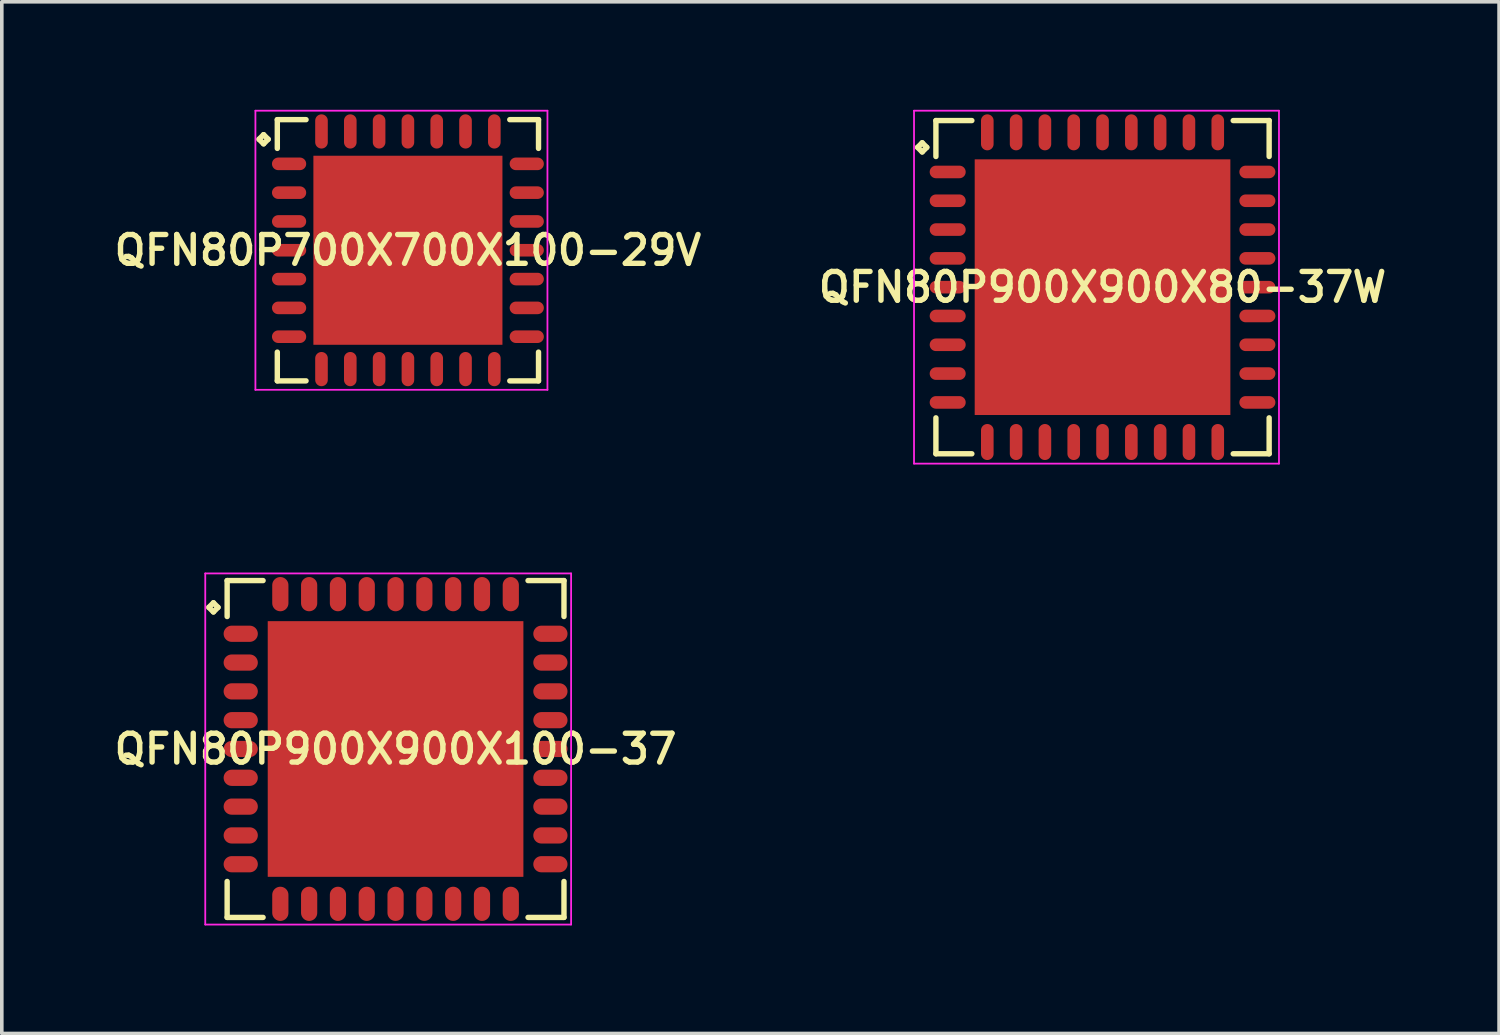
<source format=kicad_pcb>
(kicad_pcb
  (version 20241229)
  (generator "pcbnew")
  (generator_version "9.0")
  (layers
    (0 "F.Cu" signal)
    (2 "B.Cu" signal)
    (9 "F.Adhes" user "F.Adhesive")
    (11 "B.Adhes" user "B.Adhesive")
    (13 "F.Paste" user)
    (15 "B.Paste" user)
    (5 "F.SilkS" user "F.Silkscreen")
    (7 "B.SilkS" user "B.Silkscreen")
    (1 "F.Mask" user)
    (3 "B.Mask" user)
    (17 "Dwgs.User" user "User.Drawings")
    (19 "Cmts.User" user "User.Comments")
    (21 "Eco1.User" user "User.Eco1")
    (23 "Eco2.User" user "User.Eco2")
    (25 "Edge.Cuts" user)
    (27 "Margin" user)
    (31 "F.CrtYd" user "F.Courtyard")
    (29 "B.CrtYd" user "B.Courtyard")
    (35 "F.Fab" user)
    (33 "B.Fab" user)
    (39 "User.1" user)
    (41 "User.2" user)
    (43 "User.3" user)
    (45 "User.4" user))
  (footprint "QFN80P700X700X100-29V"
    (layer "F.Cu")
    (at 8.278 3.9)
    (property "Reference" "QFN80P700X700X100-29V" (at 0 0 0) (layer "F.SilkS") (effects (font (size 0.8 0.8) (thickness 0.15))))
    (attr smd)
    (fp_line (start -4.135 -3.083) (end -4.008 -3.21) (stroke (width 0.15) (type solid)) (layer "F.SilkS"))
    (fp_line (start -4.008 -3.21) (end -3.881 -3.083) (stroke (width 0.15) (type solid)) (layer "F.SilkS"))
    (fp_line (start -4.008 -2.956) (end -4.135 -3.083) (stroke (width 0.15) (type solid)) (layer "F.SilkS"))
    (fp_line (start -3.881 -3.083) (end -4.008 -2.956) (stroke (width 0.15) (type solid)) (layer "F.SilkS"))
    (fp_line (start -3.627 -3.627) (end -2.829 -3.627) (stroke (width 0.15) (type solid)) (layer "F.SilkS"))
    (fp_line (start -3.627 -2.829) (end -3.627 -3.627) (stroke (width 0.15) (type solid)) (layer "F.SilkS"))
    (fp_line (start -3.627 2.829) (end -3.627 3.627) (stroke (width 0.15) (type solid)) (layer "F.SilkS"))
    (fp_line (start -3.627 3.627) (end -2.829 3.627) (stroke (width 0.15) (type solid)) (layer "F.SilkS"))
    (fp_line (start 2.829 -3.627) (end 3.627 -3.627) (stroke (width 0.15) (type solid)) (layer "F.SilkS"))
    (fp_line (start 2.829 3.627) (end 3.627 3.627) (stroke (width 0.15) (type solid)) (layer "F.SilkS"))
    (fp_line (start 3.627 -3.627) (end 3.627 -2.829) (stroke (width 0.15) (type solid)) (layer "F.SilkS"))
    (fp_line (start 3.627 3.627) (end 3.627 2.829) (stroke (width 0.15) (type solid)) (layer "F.SilkS"))
    (fp_line (start -4.235 -3.875) (end 3.875 -3.875) (stroke (width 0.05) (type solid)) (layer "F.CrtYd"))
    (fp_line (start -4.235 3.875) (end -4.235 -3.875) (stroke (width 0.05) (type solid)) (layer "F.CrtYd"))
    (fp_line (start 3.875 -3.875) (end 3.875 3.875) (stroke (width 0.05) (type solid)) (layer "F.CrtYd"))
    (fp_line (start 3.875 3.875) (end -4.235 3.875) (stroke (width 0.05) (type solid)) (layer "F.CrtYd"))
    (pad "1" smd oval (at -3.3 -2.4) (size 0.95 0.35) (layers "F.Cu" "F.Mask" "F.Paste"))
    (pad "2" smd oval (at -3.3 -1.6) (size 0.95 0.35) (layers "F.Cu" "F.Mask" "F.Paste"))
    (pad "3" smd oval (at -3.3 -0.8) (size 0.95 0.35) (layers "F.Cu" "F.Mask" "F.Paste"))
    (pad "4" smd oval (at -3.3 0) (size 0.95 0.35) (layers "F.Cu" "F.Mask" "F.Paste"))
    (pad "5" smd oval (at -3.3 0.8) (size 0.95 0.35) (layers "F.Cu" "F.Mask" "F.Paste"))
    (pad "6" smd oval (at -3.3 1.6) (size 0.95 0.35) (layers "F.Cu" "F.Mask" "F.Paste"))
    (pad "7" smd oval (at -3.3 2.4) (size 0.95 0.35) (layers "F.Cu" "F.Mask" "F.Paste"))
    (pad "8" smd oval (at -2.4 3.3) (size 0.35 0.95) (layers "F.Cu" "F.Mask" "F.Paste"))
    (pad "9" smd oval (at -1.6 3.3) (size 0.35 0.95) (layers "F.Cu" "F.Mask" "F.Paste"))
    (pad "10" smd oval (at -0.8 3.3) (size 0.35 0.95) (layers "F.Cu" "F.Mask" "F.Paste"))
    (pad "11" smd oval (at 0 3.3) (size 0.35 0.95) (layers "F.Cu" "F.Mask" "F.Paste"))
    (pad "12" smd oval (at 0.8 3.3) (size 0.35 0.95) (layers "F.Cu" "F.Mask" "F.Paste"))
    (pad "13" smd oval (at 1.6 3.3) (size 0.35 0.95) (layers "F.Cu" "F.Mask" "F.Paste"))
    (pad "14" smd oval (at 2.4 3.3) (size 0.35 0.95) (layers "F.Cu" "F.Mask" "F.Paste"))
    (pad "15" smd oval (at 3.3 2.4) (size 0.95 0.35) (layers "F.Cu" "F.Mask" "F.Paste"))
    (pad "16" smd oval (at 3.3 1.6) (size 0.95 0.35) (layers "F.Cu" "F.Mask" "F.Paste"))
    (pad "17" smd oval (at 3.3 0.8) (size 0.95 0.35) (layers "F.Cu" "F.Mask" "F.Paste"))
    (pad "18" smd oval (at 3.3 0) (size 0.95 0.35) (layers "F.Cu" "F.Mask" "F.Paste"))
    (pad "19" smd oval (at 3.3 -0.8) (size 0.95 0.35) (layers "F.Cu" "F.Mask" "F.Paste"))
    (pad "20" smd oval (at 3.3 -1.6) (size 0.95 0.35) (layers "F.Cu" "F.Mask" "F.Paste"))
    (pad "21" smd oval (at 3.3 -2.4) (size 0.95 0.35) (layers "F.Cu" "F.Mask" "F.Paste"))
    (pad "22" smd oval (at 2.4 -3.3) (size 0.35 0.95) (layers "F.Cu" "F.Mask" "F.Paste"))
    (pad "23" smd oval (at 1.6 -3.3) (size 0.35 0.95) (layers "F.Cu" "F.Mask" "F.Paste"))
    (pad "24" smd oval (at 0.8 -3.3) (size 0.35 0.95) (layers "F.Cu" "F.Mask" "F.Paste"))
    (pad "25" smd oval (at 0 -3.3) (size 0.35 0.95) (layers "F.Cu" "F.Mask" "F.Paste"))
    (pad "26" smd oval (at -0.8 -3.3) (size 0.35 0.95) (layers "F.Cu" "F.Mask" "F.Paste"))
    (pad "27" smd oval (at -1.6 -3.3) (size 0.35 0.95) (layers "F.Cu" "F.Mask" "F.Paste"))
    (pad "28" smd oval (at -2.4 -3.3) (size 0.35 0.95) (layers "F.Cu" "F.Mask" "F.Paste"))
    (pad "29" smd rect (at 0 0) (size 5.25 5.25) (layers "F.Cu" "F.Mask" "F.Paste")))
  (footprint "QFN80P900X900X80-37W"
    (layer "F.Cu")
    (at 27.568 4.925)
    (property "Reference" "QFN80P900X900X80-37W" (at 0 0 0) (layer "F.SilkS") (effects (font (size 0.8 0.8) (thickness 0.15))))
    (attr smd)
    (fp_line (start -5.135 -3.883) (end -5.008 -4.01) (stroke (width 0.15) (type solid)) (layer "F.SilkS"))
    (fp_line (start -5.008 -4.01) (end -4.881 -3.883) (stroke (width 0.15) (type solid)) (layer "F.SilkS"))
    (fp_line (start -5.008 -3.756) (end -5.135 -3.883) (stroke (width 0.15) (type solid)) (layer "F.SilkS"))
    (fp_line (start -4.881 -3.883) (end -5.008 -3.756) (stroke (width 0.15) (type solid)) (layer "F.SilkS"))
    (fp_line (start -4.627 -4.627) (end -3.629 -4.627) (stroke (width 0.15) (type solid)) (layer "F.SilkS"))
    (fp_line (start -4.627 -3.629) (end -4.627 -4.627) (stroke (width 0.15) (type solid)) (layer "F.SilkS"))
    (fp_line (start -4.627 3.629) (end -4.627 4.627) (stroke (width 0.15) (type solid)) (layer "F.SilkS"))
    (fp_line (start -4.627 4.627) (end -3.629 4.627) (stroke (width 0.15) (type solid)) (layer "F.SilkS"))
    (fp_line (start 3.629 -4.627) (end 4.627 -4.627) (stroke (width 0.15) (type solid)) (layer "F.SilkS"))
    (fp_line (start 3.629 4.627) (end 4.627 4.627) (stroke (width 0.15) (type solid)) (layer "F.SilkS"))
    (fp_line (start 4.627 -4.627) (end 4.627 -3.629) (stroke (width 0.15) (type solid)) (layer "F.SilkS"))
    (fp_line (start 4.627 4.627) (end 4.627 3.629) (stroke (width 0.15) (type solid)) (layer "F.SilkS"))
    (fp_line (start -5.235 -4.9) (end 4.9 -4.9) (stroke (width 0.05) (type solid)) (layer "F.CrtYd"))
    (fp_line (start -5.235 4.9) (end -5.235 -4.9) (stroke (width 0.05) (type solid)) (layer "F.CrtYd"))
    (fp_line (start 4.9 -4.9) (end 4.9 4.9) (stroke (width 0.05) (type solid)) (layer "F.CrtYd"))
    (fp_line (start 4.9 4.9) (end -5.235 4.9) (stroke (width 0.05) (type solid)) (layer "F.CrtYd"))
    (pad "1" smd oval (at -4.3 -3.2) (size 1 0.35) (layers "F.Cu" "F.Mask" "F.Paste"))
    (pad "2" smd oval (at -4.3 -2.4) (size 1 0.35) (layers "F.Cu" "F.Mask" "F.Paste"))
    (pad "3" smd oval (at -4.3 -1.6) (size 1 0.35) (layers "F.Cu" "F.Mask" "F.Paste"))
    (pad "4" smd oval (at -4.3 -0.8) (size 1 0.35) (layers "F.Cu" "F.Mask" "F.Paste"))
    (pad "5" smd oval (at -4.3 0) (size 1 0.35) (layers "F.Cu" "F.Mask" "F.Paste"))
    (pad "6" smd oval (at -4.3 0.8) (size 1 0.35) (layers "F.Cu" "F.Mask" "F.Paste"))
    (pad "7" smd oval (at -4.3 1.6) (size 1 0.35) (layers "F.Cu" "F.Mask" "F.Paste"))
    (pad "8" smd oval (at -4.3 2.4) (size 1 0.35) (layers "F.Cu" "F.Mask" "F.Paste"))
    (pad "9" smd oval (at -4.3 3.2) (size 1 0.35) (layers "F.Cu" "F.Mask" "F.Paste"))
    (pad "10" smd oval (at -3.2 4.3) (size 0.35 1) (layers "F.Cu" "F.Mask" "F.Paste"))
    (pad "11" smd oval (at -2.4 4.3) (size 0.35 1) (layers "F.Cu" "F.Mask" "F.Paste"))
    (pad "12" smd oval (at -1.6 4.3) (size 0.35 1) (layers "F.Cu" "F.Mask" "F.Paste"))
    (pad "13" smd oval (at -0.8 4.3) (size 0.35 1) (layers "F.Cu" "F.Mask" "F.Paste"))
    (pad "14" smd oval (at 0 4.3) (size 0.35 1) (layers "F.Cu" "F.Mask" "F.Paste"))
    (pad "15" smd oval (at 0.8 4.3) (size 0.35 1) (layers "F.Cu" "F.Mask" "F.Paste"))
    (pad "16" smd oval (at 1.6 4.3) (size 0.35 1) (layers "F.Cu" "F.Mask" "F.Paste"))
    (pad "17" smd oval (at 2.4 4.3) (size 0.35 1) (layers "F.Cu" "F.Mask" "F.Paste"))
    (pad "18" smd oval (at 3.2 4.3) (size 0.35 1) (layers "F.Cu" "F.Mask" "F.Paste"))
    (pad "19" smd oval (at 4.3 3.2) (size 1 0.35) (layers "F.Cu" "F.Mask" "F.Paste"))
    (pad "20" smd oval (at 4.3 2.4) (size 1 0.35) (layers "F.Cu" "F.Mask" "F.Paste"))
    (pad "21" smd oval (at 4.3 1.6) (size 1 0.35) (layers "F.Cu" "F.Mask" "F.Paste"))
    (pad "22" smd oval (at 4.3 0.8) (size 1 0.35) (layers "F.Cu" "F.Mask" "F.Paste"))
    (pad "23" smd oval (at 4.3 0) (size 1 0.35) (layers "F.Cu" "F.Mask" "F.Paste"))
    (pad "24" smd oval (at 4.3 -0.8) (size 1 0.35) (layers "F.Cu" "F.Mask" "F.Paste"))
    (pad "25" smd oval (at 4.3 -1.6) (size 1 0.35) (layers "F.Cu" "F.Mask" "F.Paste"))
    (pad "26" smd oval (at 4.3 -2.4) (size 1 0.35) (layers "F.Cu" "F.Mask" "F.Paste"))
    (pad "27" smd oval (at 4.3 -3.2) (size 1 0.35) (layers "F.Cu" "F.Mask" "F.Paste"))
    (pad "28" smd oval (at 3.2 -4.3) (size 0.35 1) (layers "F.Cu" "F.Mask" "F.Paste"))
    (pad "29" smd oval (at 2.4 -4.3) (size 0.35 1) (layers "F.Cu" "F.Mask" "F.Paste"))
    (pad "30" smd oval (at 1.6 -4.3) (size 0.35 1) (layers "F.Cu" "F.Mask" "F.Paste"))
    (pad "31" smd oval (at 0.8 -4.3) (size 0.35 1) (layers "F.Cu" "F.Mask" "F.Paste"))
    (pad "32" smd oval (at 0 -4.3) (size 0.35 1) (layers "F.Cu" "F.Mask" "F.Paste"))
    (pad "33" smd oval (at -0.8 -4.3) (size 0.35 1) (layers "F.Cu" "F.Mask" "F.Paste"))
    (pad "34" smd oval (at -1.6 -4.3) (size 0.35 1) (layers "F.Cu" "F.Mask" "F.Paste"))
    (pad "35" smd oval (at -2.4 -4.3) (size 0.35 1) (layers "F.Cu" "F.Mask" "F.Paste"))
    (pad "36" smd oval (at -3.2 -4.3) (size 0.35 1) (layers "F.Cu" "F.Mask" "F.Paste"))
    (pad "37" smd rect (at 0 0) (size 7.1 7.1) (layers "F.Cu" "F.Mask" "F.Paste")))
  (footprint "QFN80P900X900X100-37"
    (layer "F.Cu")
    (at 7.935 17.75)
    (property "Reference" "QFN80P900X900X100-37" (at 0 0 0) (layer "F.SilkS") (effects (font (size 0.8 0.8) (thickness 0.15))))
    (attr smd)
    (fp_line (start -5.185 -3.933) (end -5.058 -4.06) (stroke (width 0.15) (type solid)) (layer "F.SilkS"))
    (fp_line (start -5.058 -4.06) (end -4.931 -3.933) (stroke (width 0.15) (type solid)) (layer "F.SilkS"))
    (fp_line (start -5.058 -3.806) (end -5.185 -3.933) (stroke (width 0.15) (type solid)) (layer "F.SilkS"))
    (fp_line (start -4.931 -3.933) (end -5.058 -3.806) (stroke (width 0.15) (type solid)) (layer "F.SilkS"))
    (fp_line (start -4.677 -4.677) (end -3.679 -4.677) (stroke (width 0.15) (type solid)) (layer "F.SilkS"))
    (fp_line (start -4.677 -3.679) (end -4.677 -4.677) (stroke (width 0.15) (type solid)) (layer "F.SilkS"))
    (fp_line (start -4.677 3.679) (end -4.677 4.677) (stroke (width 0.15) (type solid)) (layer "F.SilkS"))
    (fp_line (start -4.677 4.677) (end -3.679 4.677) (stroke (width 0.15) (type solid)) (layer "F.SilkS"))
    (fp_line (start 3.679 -4.677) (end 4.677 -4.677) (stroke (width 0.15) (type solid)) (layer "F.SilkS"))
    (fp_line (start 3.679 4.677) (end 4.677 4.677) (stroke (width 0.15) (type solid)) (layer "F.SilkS"))
    (fp_line (start 4.677 -4.677) (end 4.677 -3.679) (stroke (width 0.15) (type solid)) (layer "F.SilkS"))
    (fp_line (start 4.677 4.677) (end 4.677 3.679) (stroke (width 0.15) (type solid)) (layer "F.SilkS"))
    (fp_line (start -5.285 -4.875) (end 4.875 -4.875) (stroke (width 0.05) (type solid)) (layer "F.CrtYd"))
    (fp_line (start -5.285 4.875) (end -5.285 -4.875) (stroke (width 0.05) (type solid)) (layer "F.CrtYd"))
    (fp_line (start 4.875 -4.875) (end 4.875 4.875) (stroke (width 0.05) (type solid)) (layer "F.CrtYd"))
    (fp_line (start 4.875 4.875) (end -5.285 4.875) (stroke (width 0.05) (type solid)) (layer "F.CrtYd"))
    (pad "1" smd oval (at -4.3 -3.2) (size 0.95 0.45) (layers "F.Cu" "F.Mask" "F.Paste"))
    (pad "2" smd oval (at -4.3 -2.4) (size 0.95 0.45) (layers "F.Cu" "F.Mask" "F.Paste"))
    (pad "3" smd oval (at -4.3 -1.6) (size 0.95 0.45) (layers "F.Cu" "F.Mask" "F.Paste"))
    (pad "4" smd oval (at -4.3 -0.8) (size 0.95 0.45) (layers "F.Cu" "F.Mask" "F.Paste"))
    (pad "5" smd oval (at -4.3 0) (size 0.95 0.45) (layers "F.Cu" "F.Mask" "F.Paste"))
    (pad "6" smd oval (at -4.3 0.8) (size 0.95 0.45) (layers "F.Cu" "F.Mask" "F.Paste"))
    (pad "7" smd oval (at -4.3 1.6) (size 0.95 0.45) (layers "F.Cu" "F.Mask" "F.Paste"))
    (pad "8" smd oval (at -4.3 2.4) (size 0.95 0.45) (layers "F.Cu" "F.Mask" "F.Paste"))
    (pad "9" smd oval (at -4.3 3.2) (size 0.95 0.45) (layers "F.Cu" "F.Mask" "F.Paste"))
    (pad "10" smd oval (at -3.2 4.3) (size 0.45 0.95) (layers "F.Cu" "F.Mask" "F.Paste"))
    (pad "11" smd oval (at -2.4 4.3) (size 0.45 0.95) (layers "F.Cu" "F.Mask" "F.Paste"))
    (pad "12" smd oval (at -1.6 4.3) (size 0.45 0.95) (layers "F.Cu" "F.Mask" "F.Paste"))
    (pad "13" smd oval (at -0.8 4.3) (size 0.45 0.95) (layers "F.Cu" "F.Mask" "F.Paste"))
    (pad "14" smd oval (at 0 4.3) (size 0.45 0.95) (layers "F.Cu" "F.Mask" "F.Paste"))
    (pad "15" smd oval (at 0.8 4.3) (size 0.45 0.95) (layers "F.Cu" "F.Mask" "F.Paste"))
    (pad "16" smd oval (at 1.6 4.3) (size 0.45 0.95) (layers "F.Cu" "F.Mask" "F.Paste"))
    (pad "17" smd oval (at 2.4 4.3) (size 0.45 0.95) (layers "F.Cu" "F.Mask" "F.Paste"))
    (pad "18" smd oval (at 3.2 4.3) (size 0.45 0.95) (layers "F.Cu" "F.Mask" "F.Paste"))
    (pad "19" smd oval (at 4.3 3.2) (size 0.95 0.45) (layers "F.Cu" "F.Mask" "F.Paste"))
    (pad "20" smd oval (at 4.3 2.4) (size 0.95 0.45) (layers "F.Cu" "F.Mask" "F.Paste"))
    (pad "21" smd oval (at 4.3 1.6) (size 0.95 0.45) (layers "F.Cu" "F.Mask" "F.Paste"))
    (pad "22" smd oval (at 4.3 0.8) (size 0.95 0.45) (layers "F.Cu" "F.Mask" "F.Paste"))
    (pad "23" smd oval (at 4.3 0) (size 0.95 0.45) (layers "F.Cu" "F.Mask" "F.Paste"))
    (pad "24" smd oval (at 4.3 -0.8) (size 0.95 0.45) (layers "F.Cu" "F.Mask" "F.Paste"))
    (pad "25" smd oval (at 4.3 -1.6) (size 0.95 0.45) (layers "F.Cu" "F.Mask" "F.Paste"))
    (pad "26" smd oval (at 4.3 -2.4) (size 0.95 0.45) (layers "F.Cu" "F.Mask" "F.Paste"))
    (pad "27" smd oval (at 4.3 -3.2) (size 0.95 0.45) (layers "F.Cu" "F.Mask" "F.Paste"))
    (pad "28" smd oval (at 3.2 -4.3) (size 0.45 0.95) (layers "F.Cu" "F.Mask" "F.Paste"))
    (pad "29" smd oval (at 2.4 -4.3) (size 0.45 0.95) (layers "F.Cu" "F.Mask" "F.Paste"))
    (pad "30" smd oval (at 1.6 -4.3) (size 0.45 0.95) (layers "F.Cu" "F.Mask" "F.Paste"))
    (pad "31" smd oval (at 0.8 -4.3) (size 0.45 0.95) (layers "F.Cu" "F.Mask" "F.Paste"))
    (pad "32" smd oval (at 0 -4.3) (size 0.45 0.95) (layers "F.Cu" "F.Mask" "F.Paste"))
    (pad "33" smd oval (at -0.8 -4.3) (size 0.45 0.95) (layers "F.Cu" "F.Mask" "F.Paste"))
    (pad "34" smd oval (at -1.6 -4.3) (size 0.45 0.95) (layers "F.Cu" "F.Mask" "F.Paste"))
    (pad "35" smd oval (at -2.4 -4.3) (size 0.45 0.95) (layers "F.Cu" "F.Mask" "F.Paste"))
    (pad "36" smd oval (at -3.2 -4.3) (size 0.45 0.95) (layers "F.Cu" "F.Mask" "F.Paste"))
    (pad "37" smd rect (at 0 0) (size 7.1 7.1) (layers "F.Cu" "F.Mask" "F.Paste")))
  (gr_rect
    (start -3 -3)
    (end 38.58 25.65)
    (stroke (width 0.1) (type default))
    (fill no)
    (layer "Edge.Cuts")))
</source>
